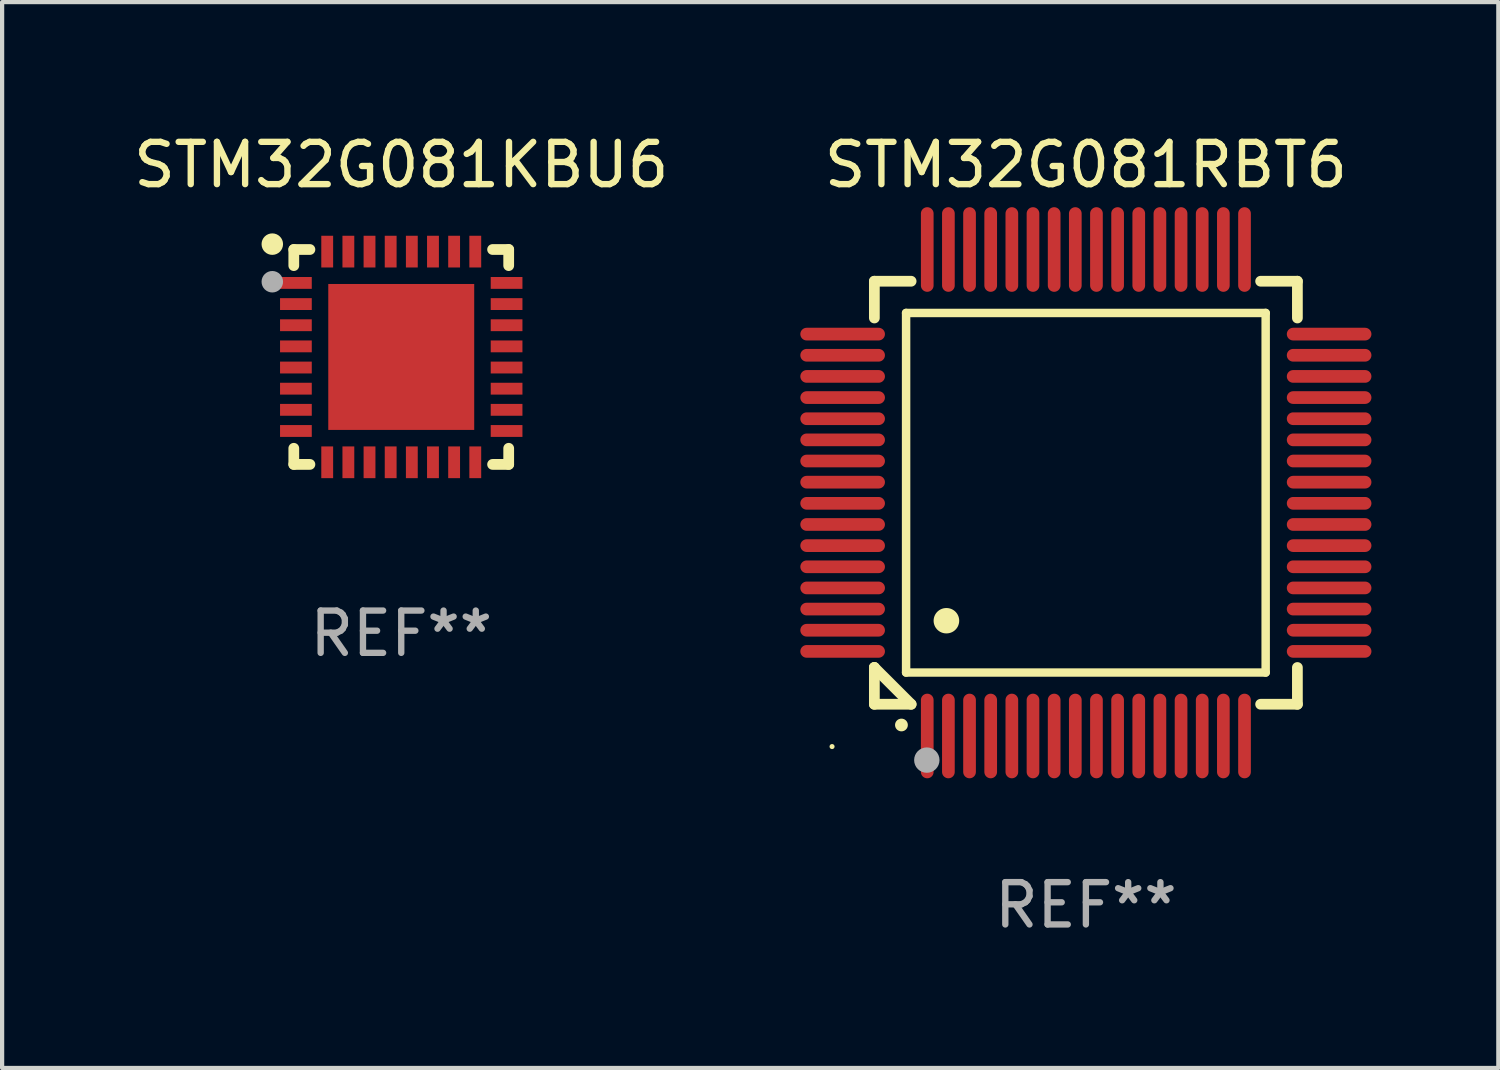
<source format=kicad_pcb>
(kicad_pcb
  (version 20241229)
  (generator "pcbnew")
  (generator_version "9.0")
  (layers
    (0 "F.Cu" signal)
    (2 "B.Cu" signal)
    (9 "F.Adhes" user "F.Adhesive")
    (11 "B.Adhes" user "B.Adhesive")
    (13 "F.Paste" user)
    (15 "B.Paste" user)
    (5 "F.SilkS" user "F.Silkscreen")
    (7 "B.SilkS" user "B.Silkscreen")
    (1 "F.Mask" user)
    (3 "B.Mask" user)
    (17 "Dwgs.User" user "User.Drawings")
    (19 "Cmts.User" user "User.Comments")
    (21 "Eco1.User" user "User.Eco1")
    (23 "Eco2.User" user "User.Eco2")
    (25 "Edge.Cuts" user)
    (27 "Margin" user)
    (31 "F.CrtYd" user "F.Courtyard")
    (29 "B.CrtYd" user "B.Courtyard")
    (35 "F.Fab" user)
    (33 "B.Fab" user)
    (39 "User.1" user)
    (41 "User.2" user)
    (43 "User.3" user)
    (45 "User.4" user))
  (footprint "STM32G081KBU6"
    (layer "F.Cu")
    (at 6.435 5.388)
    (property "Reference" "STM32G081KBU6" (at 0 -4.54 0) (layer "F.SilkS") (effects (font (size 1 1) (thickness 0.15))))
    (attr through_hole)
    (fp_line (start -2.54 -2.54) (end -2.159 -2.54) (stroke (width 0.254) (type solid)) (layer "F.SilkS"))
    (fp_line (start -2.54 -2.159) (end -2.54 -2.54) (stroke (width 0.254) (type solid)) (layer "F.SilkS"))
    (fp_line (start -2.54 2.54) (end -2.54 2.159) (stroke (width 0.254) (type solid)) (layer "F.SilkS"))
    (fp_line (start -2.159 2.54) (end -2.54 2.54) (stroke (width 0.254) (type solid)) (layer "F.SilkS"))
    (fp_line (start 2.159 -2.54) (end 2.54 -2.54) (stroke (width 0.254) (type solid)) (layer "F.SilkS"))
    (fp_line (start 2.54 -2.54) (end 2.54 -2.159) (stroke (width 0.254) (type solid)) (layer "F.SilkS"))
    (fp_line (start 2.54 2.159) (end 2.54 2.54) (stroke (width 0.254) (type solid)) (layer "F.SilkS"))
    (fp_line (start 2.54 2.54) (end 2.159 2.54) (stroke (width 0.254) (type solid)) (layer "F.SilkS"))
    (fp_circle (center -3.048 -2.667) (end -2.921 -2.667) (stroke (width 0.254) (type solid)) (fill no) (layer "F.SilkS"))
    (fp_circle (center -2.5 -2.5) (end -2.47 -2.5) (stroke (width 0.06) (type solid)) (fill no) (layer "F.SilkS"))
    (fp_circle (center -3.048 -1.778) (end -2.921 -1.778) (stroke (width 0.254) (type solid)) (fill no) (layer "F.Fab"))
    (fp_text user "REF**" (at 0 6.54 0) (layer "F.Fab") (effects (font (size 1 1) (thickness 0.15))))
    (pad "1" smd rect (at -2.49 -1.75) (size 0.75 0.28) (layers "F.Cu" "F.Mask" "F.Paste"))
    (pad "2" smd rect (at -2.49 -1.25) (size 0.75 0.28) (layers "F.Cu" "F.Mask" "F.Paste"))
    (pad "3" smd rect (at -2.49 -0.75) (size 0.75 0.28) (layers "F.Cu" "F.Mask" "F.Paste"))
    (pad "4" smd rect (at -2.49 -0.25) (size 0.75 0.28) (layers "F.Cu" "F.Mask" "F.Paste"))
    (pad "5" smd rect (at -2.49 0.25) (size 0.75 0.28) (layers "F.Cu" "F.Mask" "F.Paste"))
    (pad "6" smd rect (at -2.49 0.75) (size 0.75 0.28) (layers "F.Cu" "F.Mask" "F.Paste"))
    (pad "7" smd rect (at -2.49 1.25) (size 0.75 0.28) (layers "F.Cu" "F.Mask" "F.Paste"))
    (pad "8" smd rect (at -2.49 1.75) (size 0.75 0.28) (layers "F.Cu" "F.Mask" "F.Paste"))
    (pad "9" smd rect (at -1.75 2.49) (size 0.28 0.75) (layers "F.Cu" "F.Mask" "F.Paste"))
    (pad "10" smd rect (at -1.25 2.49) (size 0.28 0.75) (layers "F.Cu" "F.Mask" "F.Paste"))
    (pad "11" smd rect (at -0.75 2.49) (size 0.28 0.75) (layers "F.Cu" "F.Mask" "F.Paste"))
    (pad "12" smd rect (at -0.25 2.49) (size 0.28 0.75) (layers "F.Cu" "F.Mask" "F.Paste"))
    (pad "13" smd rect (at 0.25 2.49) (size 0.28 0.75) (layers "F.Cu" "F.Mask" "F.Paste"))
    (pad "14" smd rect (at 0.75 2.49) (size 0.28 0.75) (layers "F.Cu" "F.Mask" "F.Paste"))
    (pad "15" smd rect (at 1.25 2.49) (size 0.28 0.75) (layers "F.Cu" "F.Mask" "F.Paste"))
    (pad "16" smd rect (at 1.75 2.49) (size 0.28 0.75) (layers "F.Cu" "F.Mask" "F.Paste"))
    (pad "17" smd rect (at 2.49 1.75) (size 0.75 0.28) (layers "F.Cu" "F.Mask" "F.Paste"))
    (pad "18" smd rect (at 2.49 1.25) (size 0.75 0.28) (layers "F.Cu" "F.Mask" "F.Paste"))
    (pad "19" smd rect (at 2.49 0.75) (size 0.75 0.28) (layers "F.Cu" "F.Mask" "F.Paste"))
    (pad "20" smd rect (at 2.49 0.25) (size 0.75 0.28) (layers "F.Cu" "F.Mask" "F.Paste"))
    (pad "21" smd rect (at 2.49 -0.25) (size 0.75 0.28) (layers "F.Cu" "F.Mask" "F.Paste"))
    (pad "22" smd rect (at 2.49 -0.75) (size 0.75 0.28) (layers "F.Cu" "F.Mask" "F.Paste"))
    (pad "23" smd rect (at 2.49 -1.25) (size 0.75 0.28) (layers "F.Cu" "F.Mask" "F.Paste"))
    (pad "24" smd rect (at 2.49 -1.75) (size 0.75 0.28) (layers "F.Cu" "F.Mask" "F.Paste"))
    (pad "25" smd rect (at 1.75 -2.49) (size 0.28 0.75) (layers "F.Cu" "F.Mask" "F.Paste"))
    (pad "26" smd rect (at 1.25 -2.49) (size 0.28 0.75) (layers "F.Cu" "F.Mask" "F.Paste"))
    (pad "27" smd rect (at 0.75 -2.49) (size 0.28 0.75) (layers "F.Cu" "F.Mask" "F.Paste"))
    (pad "28" smd rect (at 0.25 -2.49) (size 0.28 0.75) (layers "F.Cu" "F.Mask" "F.Paste"))
    (pad "29" smd rect (at -0.25 -2.49) (size 0.28 0.75) (layers "F.Cu" "F.Mask" "F.Paste"))
    (pad "30" smd rect (at -0.75 -2.49) (size 0.28 0.75) (layers "F.Cu" "F.Mask" "F.Paste"))
    (pad "31" smd rect (at -1.25 -2.49) (size 0.28 0.75) (layers "F.Cu" "F.Mask" "F.Paste"))
    (pad "32" smd rect (at -1.75 -2.49) (size 0.28 0.75) (layers "F.Cu" "F.Mask" "F.Paste"))
    (pad "33" smd rect (at 0 0) (size 3.45 3.45) (layers "F.Cu" "F.Mask" "F.Paste")))
  (footprint "STM32G081RBT6"
    (layer "F.Cu")
    (at 22.619 8.598)
    (property "Reference" "STM32G081RBT6" (at 0 -7.75 0) (layer "F.SilkS") (effects (font (size 1 1) (thickness 0.15))))
    (attr through_hole)
    (fp_line (start -5 -5) (end -4.131 -5) (stroke (width 0.254) (type solid)) (layer "F.SilkS"))
    (fp_line (start -5 -4.131) (end -5 -5) (stroke (width 0.254) (type solid)) (layer "F.SilkS"))
    (fp_line (start -5 4.131) (end -5 4.131) (stroke (width 0.254) (type solid)) (layer "F.SilkS"))
    (fp_line (start -5 5) (end -5 4.131) (stroke (width 0.254) (type solid)) (layer "F.SilkS"))
    (fp_line (start -5 4.131) (end -4.131 5) (stroke (width 0.254) (type solid)) (layer "F.SilkS"))
    (fp_line (start -4.25 -4.25) (end -4.25 4.25) (stroke (width 0.2) (type solid)) (layer "F.SilkS"))
    (fp_line (start -4.25 4.25) (end 4.25 4.25) (stroke (width 0.2) (type solid)) (layer "F.SilkS"))
    (fp_line (start -4.131 5) (end -5 5) (stroke (width 0.254) (type solid)) (layer "F.SilkS"))
    (fp_line (start 4.25 -4.25) (end -4.25 -4.25) (stroke (width 0.2) (type solid)) (layer "F.SilkS"))
    (fp_line (start 4.25 4.25) (end 4.25 -4.25) (stroke (width 0.2) (type solid)) (layer "F.SilkS"))
    (fp_line (start 5 -5) (end 4.131 -5) (stroke (width 0.254) (type solid)) (layer "F.SilkS"))
    (fp_line (start 5 -5) (end 5 -4.131) (stroke (width 0.254) (type solid)) (layer "F.SilkS"))
    (fp_line (start 5 4.131) (end 5 5) (stroke (width 0.254) (type solid)) (layer "F.SilkS"))
    (fp_line (start 5 5) (end 4.131 5) (stroke (width 0.254) (type solid)) (layer "F.SilkS"))
    (fp_arc (start -4.361265 5.489992) (mid -4.359995 5.489987) (end -4.358725 5.489992) (stroke (width 0.3) (type solid)) (layer "F.SilkS"))
    (fp_arc (start -3.299467 3.025146) (mid -3.296927 3.025135) (end -3.294387 3.025146) (stroke (width 0.6) (type solid)) (layer "F.SilkS"))
    (fp_circle (center -6 6) (end -5.97 6) (stroke (width 0.06) (type solid)) (fill no) (layer "F.SilkS"))
    (fp_circle (center -3.76 6.32) (end -3.61 6.32) (stroke (width 0.3) (type solid)) (fill no) (layer "F.Fab"))
    (fp_text user "REF**" (at 0 9.75 0) (layer "F.Fab") (effects (font (size 1 1) (thickness 0.15))))
    (pad "1" smd oval (at -3.75 5.75) (size 0.3 2) (layers "F.Cu" "F.Mask" "F.Paste"))
    (pad "2" smd oval (at -3.25 5.75) (size 0.3 2) (layers "F.Cu" "F.Mask" "F.Paste"))
    (pad "3" smd oval (at -2.75 5.75) (size 0.3 2) (layers "F.Cu" "F.Mask" "F.Paste"))
    (pad "4" smd oval (at -2.25 5.75) (size 0.3 2) (layers "F.Cu" "F.Mask" "F.Paste"))
    (pad "5" smd oval (at -1.75 5.75) (size 0.3 2) (layers "F.Cu" "F.Mask" "F.Paste"))
    (pad "6" smd oval (at -1.25 5.75) (size 0.3 2) (layers "F.Cu" "F.Mask" "F.Paste"))
    (pad "7" smd oval (at -0.75 5.75) (size 0.3 2) (layers "F.Cu" "F.Mask" "F.Paste"))
    (pad "8" smd oval (at -0.25 5.75) (size 0.3 2) (layers "F.Cu" "F.Mask" "F.Paste"))
    (pad "9" smd oval (at 0.25 5.75) (size 0.3 2) (layers "F.Cu" "F.Mask" "F.Paste"))
    (pad "10" smd oval (at 0.75 5.75) (size 0.3 2) (layers "F.Cu" "F.Mask" "F.Paste"))
    (pad "11" smd oval (at 1.25 5.75) (size 0.3 2) (layers "F.Cu" "F.Mask" "F.Paste"))
    (pad "12" smd oval (at 1.75 5.75) (size 0.3 2) (layers "F.Cu" "F.Mask" "F.Paste"))
    (pad "13" smd oval (at 2.25 5.75) (size 0.3 2) (layers "F.Cu" "F.Mask" "F.Paste"))
    (pad "14" smd oval (at 2.75 5.75) (size 0.3 2) (layers "F.Cu" "F.Mask" "F.Paste"))
    (pad "15" smd oval (at 3.25 5.75) (size 0.3 2) (layers "F.Cu" "F.Mask" "F.Paste"))
    (pad "16" smd oval (at 3.75 5.75) (size 0.3 2) (layers "F.Cu" "F.Mask" "F.Paste"))
    (pad "17" smd oval (at 5.75 3.75) (size 2 0.3) (layers "F.Cu" "F.Mask" "F.Paste"))
    (pad "18" smd oval (at 5.75 3.25) (size 2 0.3) (layers "F.Cu" "F.Mask" "F.Paste"))
    (pad "19" smd oval (at 5.75 2.75) (size 2 0.3) (layers "F.Cu" "F.Mask" "F.Paste"))
    (pad "20" smd oval (at 5.75 2.25) (size 2 0.3) (layers "F.Cu" "F.Mask" "F.Paste"))
    (pad "21" smd oval (at 5.75 1.75) (size 2 0.3) (layers "F.Cu" "F.Mask" "F.Paste"))
    (pad "22" smd oval (at 5.75 1.25) (size 2 0.3) (layers "F.Cu" "F.Mask" "F.Paste"))
    (pad "23" smd oval (at 5.75 0.75) (size 2 0.3) (layers "F.Cu" "F.Mask" "F.Paste"))
    (pad "24" smd oval (at 5.75 0.25) (size 2 0.3) (layers "F.Cu" "F.Mask" "F.Paste"))
    (pad "25" smd oval (at 5.75 -0.25) (size 2 0.3) (layers "F.Cu" "F.Mask" "F.Paste"))
    (pad "26" smd oval (at 5.75 -0.75) (size 2 0.3) (layers "F.Cu" "F.Mask" "F.Paste"))
    (pad "27" smd oval (at 5.75 -1.25) (size 2 0.3) (layers "F.Cu" "F.Mask" "F.Paste"))
    (pad "28" smd oval (at 5.75 -1.75) (size 2 0.3) (layers "F.Cu" "F.Mask" "F.Paste"))
    (pad "29" smd oval (at 5.75 -2.25) (size 2 0.3) (layers "F.Cu" "F.Mask" "F.Paste"))
    (pad "30" smd oval (at 5.75 -2.75) (size 2 0.3) (layers "F.Cu" "F.Mask" "F.Paste"))
    (pad "31" smd oval (at 5.75 -3.25) (size 2 0.3) (layers "F.Cu" "F.Mask" "F.Paste"))
    (pad "32" smd oval (at 5.75 -3.75) (size 2 0.3) (layers "F.Cu" "F.Mask" "F.Paste"))
    (pad "33" smd oval (at 3.75 -5.75) (size 0.3 2) (layers "F.Cu" "F.Mask" "F.Paste"))
    (pad "34" smd oval (at 3.25 -5.75) (size 0.3 2) (layers "F.Cu" "F.Mask" "F.Paste"))
    (pad "35" smd oval (at 2.75 -5.75) (size 0.3 2) (layers "F.Cu" "F.Mask" "F.Paste"))
    (pad "36" smd oval (at 2.25 -5.75) (size 0.3 2) (layers "F.Cu" "F.Mask" "F.Paste"))
    (pad "37" smd oval (at 1.75 -5.75) (size 0.3 2) (layers "F.Cu" "F.Mask" "F.Paste"))
    (pad "38" smd oval (at 1.25 -5.75) (size 0.3 2) (layers "F.Cu" "F.Mask" "F.Paste"))
    (pad "39" smd oval (at 0.75 -5.75) (size 0.3 2) (layers "F.Cu" "F.Mask" "F.Paste"))
    (pad "40" smd oval (at 0.25 -5.75) (size 0.3 2) (layers "F.Cu" "F.Mask" "F.Paste"))
    (pad "41" smd oval (at -0.25 -5.75) (size 0.3 2) (layers "F.Cu" "F.Mask" "F.Paste"))
    (pad "42" smd oval (at -0.75 -5.75) (size 0.3 2) (layers "F.Cu" "F.Mask" "F.Paste"))
    (pad "43" smd oval (at -1.25 -5.75) (size 0.3 2) (layers "F.Cu" "F.Mask" "F.Paste"))
    (pad "44" smd oval (at -1.75 -5.75) (size 0.3 2) (layers "F.Cu" "F.Mask" "F.Paste"))
    (pad "45" smd oval (at -2.25 -5.75) (size 0.3 2) (layers "F.Cu" "F.Mask" "F.Paste"))
    (pad "46" smd oval (at -2.75 -5.75) (size 0.3 2) (layers "F.Cu" "F.Mask" "F.Paste"))
    (pad "47" smd oval (at -3.25 -5.75) (size 0.3 2) (layers "F.Cu" "F.Mask" "F.Paste"))
    (pad "48" smd oval (at -3.75 -5.75) (size 0.3 2) (layers "F.Cu" "F.Mask" "F.Paste"))
    (pad "49" smd oval (at -5.75 -3.75) (size 2 0.3) (layers "F.Cu" "F.Mask" "F.Paste"))
    (pad "50" smd oval (at -5.75 -3.25) (size 2 0.3) (layers "F.Cu" "F.Mask" "F.Paste"))
    (pad "51" smd oval (at -5.75 -2.75) (size 2 0.3) (layers "F.Cu" "F.Mask" "F.Paste"))
    (pad "52" smd oval (at -5.75 -2.25) (size 2 0.3) (layers "F.Cu" "F.Mask" "F.Paste"))
    (pad "53" smd oval (at -5.75 -1.75) (size 2 0.3) (layers "F.Cu" "F.Mask" "F.Paste"))
    (pad "54" smd oval (at -5.75 -1.25) (size 2 0.3) (layers "F.Cu" "F.Mask" "F.Paste"))
    (pad "55" smd oval (at -5.75 -0.75) (size 2 0.3) (layers "F.Cu" "F.Mask" "F.Paste"))
    (pad "56" smd oval (at -5.75 -0.25) (size 2 0.3) (layers "F.Cu" "F.Mask" "F.Paste"))
    (pad "57" smd oval (at -5.75 0.25) (size 2 0.3) (layers "F.Cu" "F.Mask" "F.Paste"))
    (pad "58" smd oval (at -5.75 0.75) (size 2 0.3) (layers "F.Cu" "F.Mask" "F.Paste"))
    (pad "59" smd oval (at -5.75 1.25) (size 2 0.3) (layers "F.Cu" "F.Mask" "F.Paste"))
    (pad "60" smd oval (at -5.75 1.75) (size 2 0.3) (layers "F.Cu" "F.Mask" "F.Paste"))
    (pad "61" smd oval (at -5.75 2.25) (size 2 0.3) (layers "F.Cu" "F.Mask" "F.Paste"))
    (pad "62" smd oval (at -5.75 2.75) (size 2 0.3) (layers "F.Cu" "F.Mask" "F.Paste"))
    (pad "63" smd oval (at -5.75 3.25) (size 2 0.3) (layers "F.Cu" "F.Mask" "F.Paste"))
    (pad "64" smd oval (at -5.75 3.75) (size 2 0.3) (layers "F.Cu" "F.Mask" "F.Paste")))
  (gr_rect
    (start -3 -3)
    (end 32.369 22.196)
    (stroke (width 0.1) (type default))
    (fill no)
    (layer "Edge.Cuts")))
</source>
